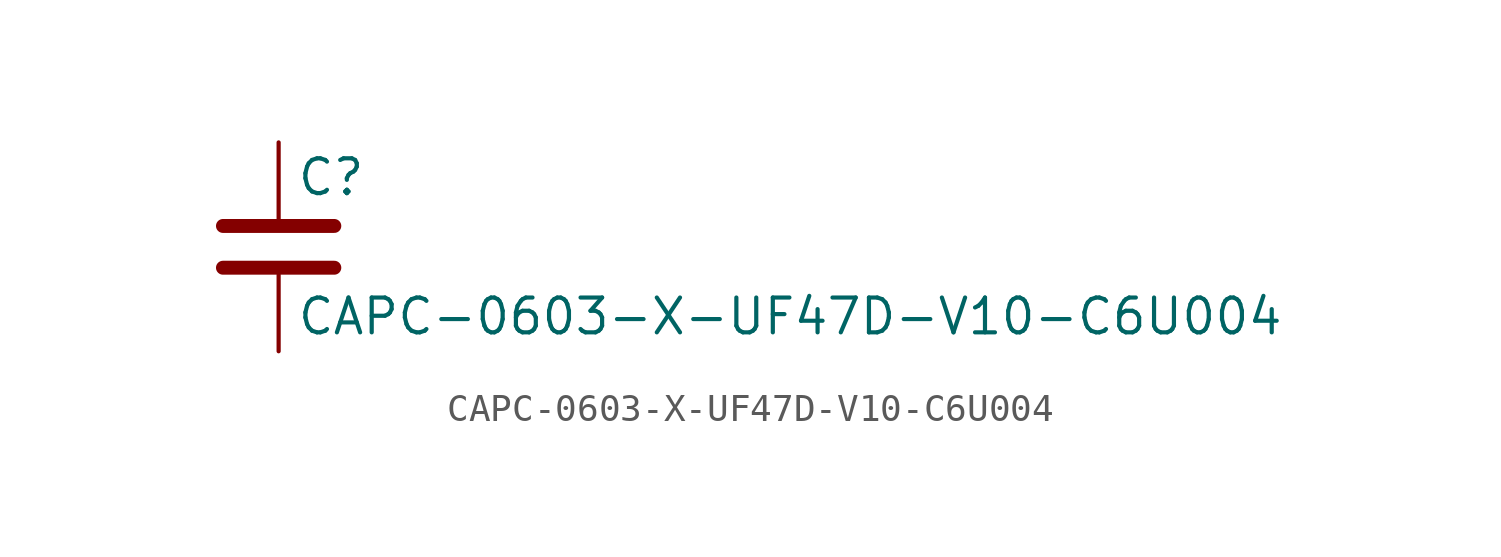
<source format=kicad_sym>
(kicad_symbol_lib
  (version 20211014)
  (generator kicad_symbol_editor)
  (symbol "CAPC-0603-X-UF47D-V10-C6U004"
    (pin_numbers hide)
    (pin_names
      (offset 0.254))
    (property "Reference" "C"
      (at 0.635 2.54 0)
      (effects (font (size 1.27 1.27)) (justify left)))
    (property "Value" "CAPC-0603-X-UF47D-V10-C6U004"
      (at 0.635 -2.54 0)
      (effects (font (size 1.27 1.27)) (justify left)))
    (symbol "CAPC-0603-X-UF47D-V10-C6U004_0_1"
      (polyline (pts (xy -2.032 -0.762) (xy 2.032 -0.762)) (stroke (width 0.508) (type default) (color 0 0 0 0)) (fill (type none)))
      (polyline (pts (xy -2.032 0.762) (xy 2.032 0.762)) (stroke (width 0.508) (type default) (color 0 0 0 0)) (fill (type none))))
    (symbol "CAPC-0603-X-UF47D-V10-C6U004_1_1"
      (pin passive line (at 0 3.81 270) (length 2.794) (name "~" (effects (font (size 1.27 1.27)))) (number "1" (effects (font (size 1.27 1.27)))))
      (pin passive line (at 0 -3.81 90) (length 2.794) (name "~" (effects (font (size 1.27 1.27)))) (number "2" (effects (font (size 1.27 1.27))))))))
</source>
